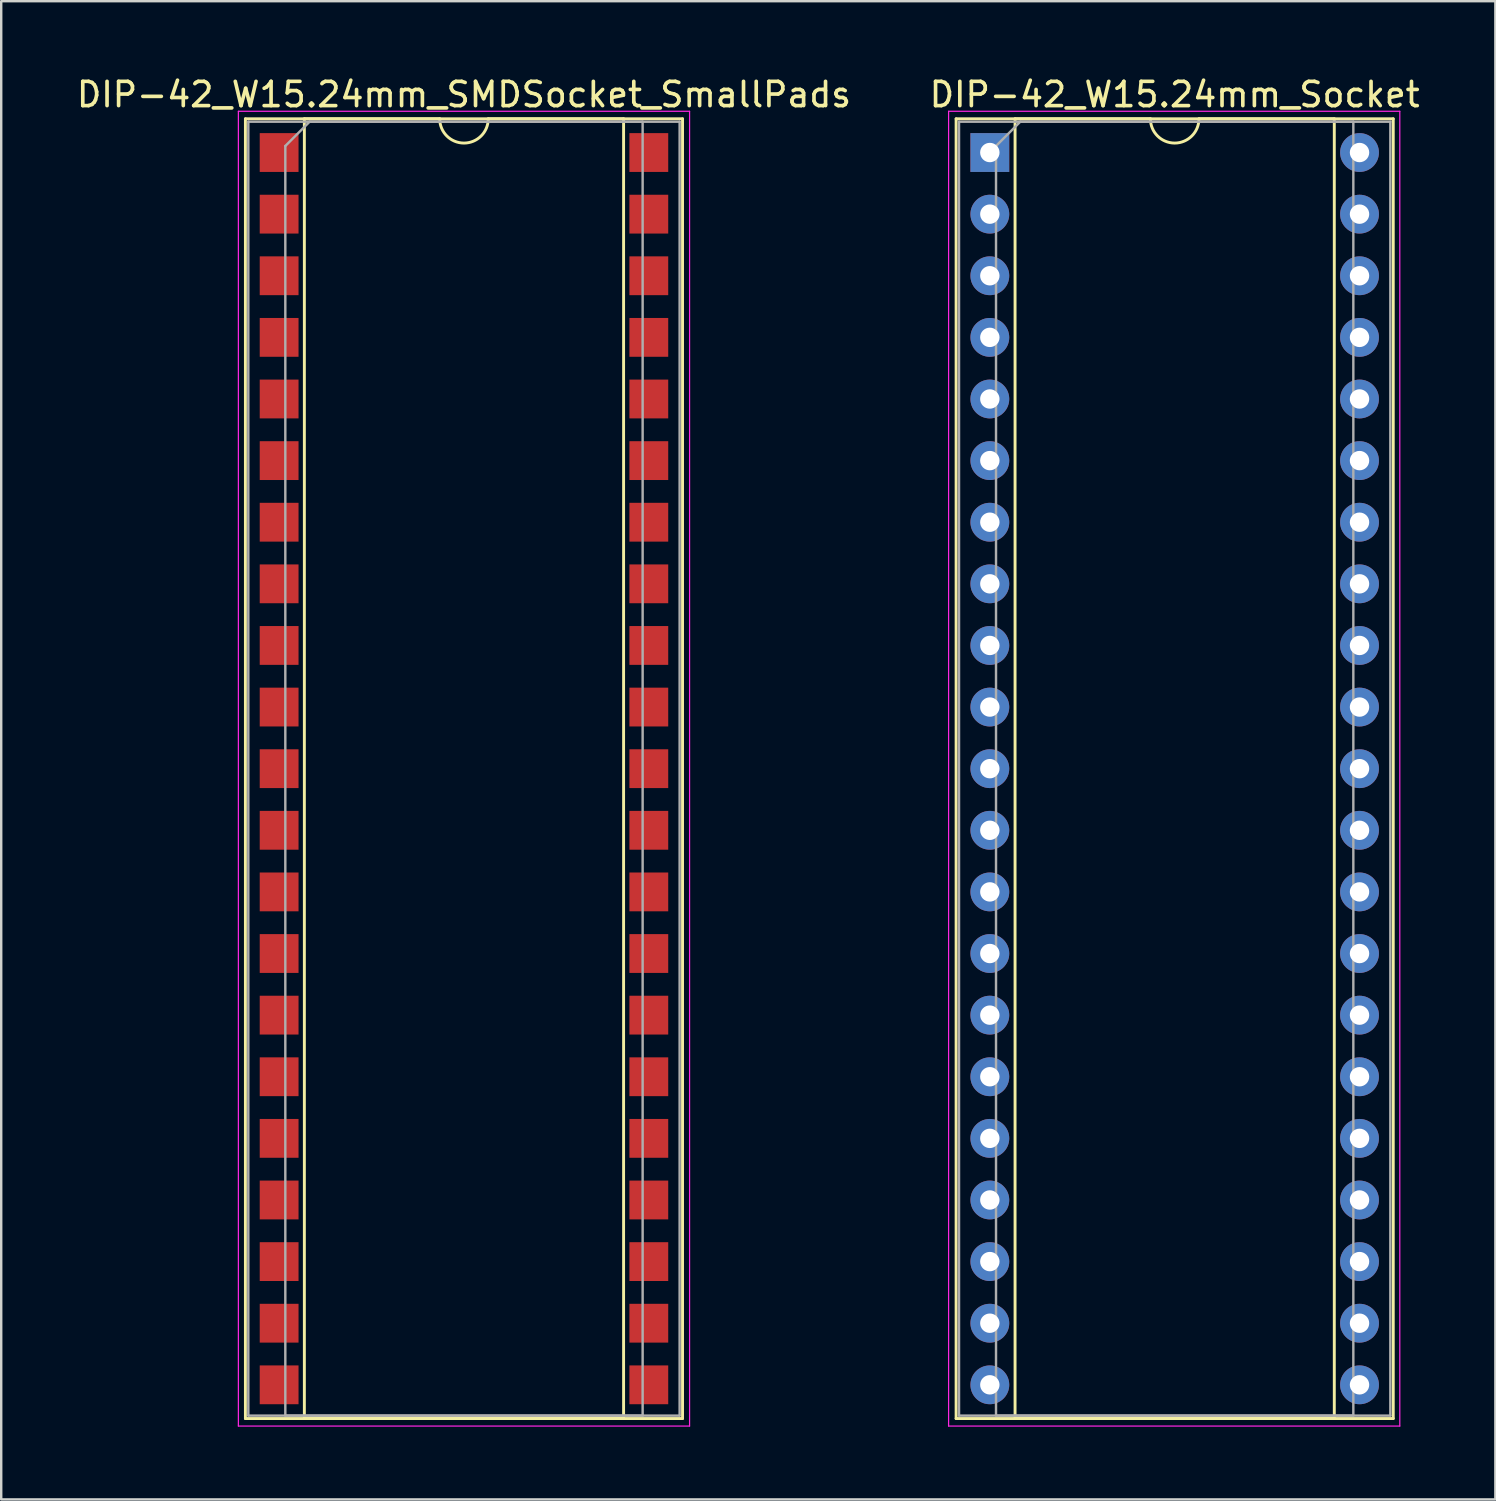
<source format=kicad_pcb>
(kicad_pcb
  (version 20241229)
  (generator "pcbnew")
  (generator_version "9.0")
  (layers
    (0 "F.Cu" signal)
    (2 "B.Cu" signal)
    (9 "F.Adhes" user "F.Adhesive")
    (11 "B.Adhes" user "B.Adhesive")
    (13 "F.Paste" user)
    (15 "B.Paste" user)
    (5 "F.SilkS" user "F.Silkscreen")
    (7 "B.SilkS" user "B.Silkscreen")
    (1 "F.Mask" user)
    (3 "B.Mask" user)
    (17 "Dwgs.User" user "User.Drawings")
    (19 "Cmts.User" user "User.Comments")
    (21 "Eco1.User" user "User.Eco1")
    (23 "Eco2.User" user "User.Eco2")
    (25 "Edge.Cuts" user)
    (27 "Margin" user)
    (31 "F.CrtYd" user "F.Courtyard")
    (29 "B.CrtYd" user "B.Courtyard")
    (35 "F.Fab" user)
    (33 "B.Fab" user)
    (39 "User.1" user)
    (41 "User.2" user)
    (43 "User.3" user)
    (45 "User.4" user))
  (footprint "DIP-42_W15.24mm_SMDSocket_SmallPads"
    (layer "F.Cu")
    (at 16.077 28.638)
    (property "Reference" "DIP-42_W15.24mm_SMDSocket_SmallPads" (at 0 -27.79 0) (layer "F.SilkS") (effects (font (size 1 1) (thickness 0.15))))
    (attr smd)
    (fp_line (start -9.01 -26.79) (end -9.01 26.79) (stroke (width 0.12) (type solid)) (layer "F.SilkS"))
    (fp_line (start -9.01 26.79) (end 9.01 26.79) (stroke (width 0.12) (type solid)) (layer "F.SilkS"))
    (fp_line (start -6.58 -26.79) (end -6.58 26.79) (stroke (width 0.12) (type solid)) (layer "F.SilkS"))
    (fp_line (start -6.58 26.79) (end 6.58 26.79) (stroke (width 0.12) (type solid)) (layer "F.SilkS"))
    (fp_line (start -1 -26.79) (end -6.58 -26.79) (stroke (width 0.12) (type solid)) (layer "F.SilkS"))
    (fp_line (start 6.58 -26.79) (end 1 -26.79) (stroke (width 0.12) (type solid)) (layer "F.SilkS"))
    (fp_line (start 6.58 26.79) (end 6.58 -26.79) (stroke (width 0.12) (type solid)) (layer "F.SilkS"))
    (fp_line (start 9.01 -26.79) (end -9.01 -26.79) (stroke (width 0.12) (type solid)) (layer "F.SilkS"))
    (fp_line (start 9.01 26.79) (end 9.01 -26.79) (stroke (width 0.12) (type solid)) (layer "F.SilkS"))
    (fp_arc (start 1 -26.79) (mid 0 -25.79) (end -1 -26.79) (stroke (width 0.12) (type solid)) (layer "F.SilkS"))
    (fp_line (start -9.3 -27.1) (end -9.3 27.1) (stroke (width 0.05) (type solid)) (layer "F.CrtYd"))
    (fp_line (start -9.3 27.1) (end 9.3 27.1) (stroke (width 0.05) (type solid)) (layer "F.CrtYd"))
    (fp_line (start 9.3 -27.1) (end -9.3 -27.1) (stroke (width 0.05) (type solid)) (layer "F.CrtYd"))
    (fp_line (start 9.3 27.1) (end 9.3 -27.1) (stroke (width 0.05) (type solid)) (layer "F.CrtYd"))
    (fp_line (start -8.89 -26.67) (end -8.89 26.67) (stroke (width 0.1) (type solid)) (layer "F.Fab"))
    (fp_line (start -8.89 26.67) (end 8.89 26.67) (stroke (width 0.1) (type solid)) (layer "F.Fab"))
    (fp_line (start -7.365 -25.67) (end -6.365 -26.67) (stroke (width 0.1) (type solid)) (layer "F.Fab"))
    (fp_line (start -7.365 26.67) (end -7.365 -25.67) (stroke (width 0.1) (type solid)) (layer "F.Fab"))
    (fp_line (start -6.365 -26.67) (end 7.365 -26.67) (stroke (width 0.1) (type solid)) (layer "F.Fab"))
    (fp_line (start 7.365 -26.67) (end 7.365 26.67) (stroke (width 0.1) (type solid)) (layer "F.Fab"))
    (fp_line (start 7.365 26.67) (end -7.365 26.67) (stroke (width 0.1) (type solid)) (layer "F.Fab"))
    (fp_line (start 8.89 -26.67) (end -8.89 -26.67) (stroke (width 0.1) (type solid)) (layer "F.Fab"))
    (fp_line (start 8.89 26.67) (end 8.89 -26.67) (stroke (width 0.1) (type solid)) (layer "F.Fab"))
    (pad "1" smd rect (at -7.62 -25.4) (size 1.6 1.6) (layers "F.Cu" "F.Mask"))
    (pad "2" smd rect (at -7.62 -22.86) (size 1.6 1.6) (layers "F.Cu" "F.Mask"))
    (pad "3" smd rect (at -7.62 -20.32) (size 1.6 1.6) (layers "F.Cu" "F.Mask"))
    (pad "4" smd rect (at -7.62 -17.78) (size 1.6 1.6) (layers "F.Cu" "F.Mask"))
    (pad "5" smd rect (at -7.62 -15.24) (size 1.6 1.6) (layers "F.Cu" "F.Mask"))
    (pad "6" smd rect (at -7.62 -12.7) (size 1.6 1.6) (layers "F.Cu" "F.Mask"))
    (pad "7" smd rect (at -7.62 -10.16) (size 1.6 1.6) (layers "F.Cu" "F.Mask"))
    (pad "8" smd rect (at -7.62 -7.62) (size 1.6 1.6) (layers "F.Cu" "F.Mask"))
    (pad "9" smd rect (at -7.62 -5.08) (size 1.6 1.6) (layers "F.Cu" "F.Mask"))
    (pad "10" smd rect (at -7.62 -2.54) (size 1.6 1.6) (layers "F.Cu" "F.Mask"))
    (pad "11" smd rect (at -7.62 0) (size 1.6 1.6) (layers "F.Cu" "F.Mask"))
    (pad "12" smd rect (at -7.62 2.54) (size 1.6 1.6) (layers "F.Cu" "F.Mask"))
    (pad "13" smd rect (at -7.62 5.08) (size 1.6 1.6) (layers "F.Cu" "F.Mask"))
    (pad "14" smd rect (at -7.62 7.62) (size 1.6 1.6) (layers "F.Cu" "F.Mask"))
    (pad "15" smd rect (at -7.62 10.16) (size 1.6 1.6) (layers "F.Cu" "F.Mask"))
    (pad "16" smd rect (at -7.62 12.7) (size 1.6 1.6) (layers "F.Cu" "F.Mask"))
    (pad "17" smd rect (at -7.62 15.24) (size 1.6 1.6) (layers "F.Cu" "F.Mask"))
    (pad "18" smd rect (at -7.62 17.78) (size 1.6 1.6) (layers "F.Cu" "F.Mask"))
    (pad "19" smd rect (at -7.62 20.32) (size 1.6 1.6) (layers "F.Cu" "F.Mask"))
    (pad "20" smd rect (at -7.62 22.86) (size 1.6 1.6) (layers "F.Cu" "F.Mask"))
    (pad "21" smd rect (at -7.62 25.4) (size 1.6 1.6) (layers "F.Cu" "F.Mask"))
    (pad "22" smd rect (at 7.62 25.4) (size 1.6 1.6) (layers "F.Cu" "F.Mask"))
    (pad "23" smd rect (at 7.62 22.86) (size 1.6 1.6) (layers "F.Cu" "F.Mask"))
    (pad "24" smd rect (at 7.62 20.32) (size 1.6 1.6) (layers "F.Cu" "F.Mask"))
    (pad "25" smd rect (at 7.62 17.78) (size 1.6 1.6) (layers "F.Cu" "F.Mask"))
    (pad "26" smd rect (at 7.62 15.24) (size 1.6 1.6) (layers "F.Cu" "F.Mask"))
    (pad "27" smd rect (at 7.62 12.7) (size 1.6 1.6) (layers "F.Cu" "F.Mask"))
    (pad "28" smd rect (at 7.62 10.16) (size 1.6 1.6) (layers "F.Cu" "F.Mask"))
    (pad "29" smd rect (at 7.62 7.62) (size 1.6 1.6) (layers "F.Cu" "F.Mask"))
    (pad "30" smd rect (at 7.62 5.08) (size 1.6 1.6) (layers "F.Cu" "F.Mask"))
    (pad "31" smd rect (at 7.62 2.54) (size 1.6 1.6) (layers "F.Cu" "F.Mask"))
    (pad "32" smd rect (at 7.62 0) (size 1.6 1.6) (layers "F.Cu" "F.Mask"))
    (pad "33" smd rect (at 7.62 -2.54) (size 1.6 1.6) (layers "F.Cu" "F.Mask"))
    (pad "34" smd rect (at 7.62 -5.08) (size 1.6 1.6) (layers "F.Cu" "F.Mask"))
    (pad "35" smd rect (at 7.62 -7.62) (size 1.6 1.6) (layers "F.Cu" "F.Mask"))
    (pad "36" smd rect (at 7.62 -10.16) (size 1.6 1.6) (layers "F.Cu" "F.Mask"))
    (pad "37" smd rect (at 7.62 -12.7) (size 1.6 1.6) (layers "F.Cu" "F.Mask"))
    (pad "38" smd rect (at 7.62 -15.24) (size 1.6 1.6) (layers "F.Cu" "F.Mask"))
    (pad "39" smd rect (at 7.62 -17.78) (size 1.6 1.6) (layers "F.Cu" "F.Mask"))
    (pad "40" smd rect (at 7.62 -20.32) (size 1.6 1.6) (layers "F.Cu" "F.Mask"))
    (pad "41" smd rect (at 7.62 -22.86) (size 1.6 1.6) (layers "F.Cu" "F.Mask"))
    (pad "42" smd rect (at 7.62 -25.4) (size 1.6 1.6) (layers "F.Cu" "F.Mask")))
  (footprint "DIP-42_W15.24mm_Socket"
    (layer "F.Cu")
    (at 37.755 3.238)
    (property "Reference" "DIP-42_W15.24mm_Socket" (at 7.62 -2.39 0) (layer "F.SilkS") (effects (font (size 1 1) (thickness 0.15))))
    (attr through_hole)
    (fp_line (start -1.39 -1.39) (end -1.39 52.19) (stroke (width 0.12) (type solid)) (layer "F.SilkS"))
    (fp_line (start -1.39 52.19) (end 16.63 52.19) (stroke (width 0.12) (type solid)) (layer "F.SilkS"))
    (fp_line (start 1.04 -1.39) (end 1.04 52.19) (stroke (width 0.12) (type solid)) (layer "F.SilkS"))
    (fp_line (start 1.04 52.19) (end 14.2 52.19) (stroke (width 0.12) (type solid)) (layer "F.SilkS"))
    (fp_line (start 6.62 -1.39) (end 1.04 -1.39) (stroke (width 0.12) (type solid)) (layer "F.SilkS"))
    (fp_line (start 14.2 -1.39) (end 8.62 -1.39) (stroke (width 0.12) (type solid)) (layer "F.SilkS"))
    (fp_line (start 14.2 52.19) (end 14.2 -1.39) (stroke (width 0.12) (type solid)) (layer "F.SilkS"))
    (fp_line (start 16.63 -1.39) (end -1.39 -1.39) (stroke (width 0.12) (type solid)) (layer "F.SilkS"))
    (fp_line (start 16.63 52.19) (end 16.63 -1.39) (stroke (width 0.12) (type solid)) (layer "F.SilkS"))
    (fp_arc (start 8.62 -1.39) (mid 7.62 -0.39) (end 6.62 -1.39) (stroke (width 0.12) (type solid)) (layer "F.SilkS"))
    (fp_line (start -1.7 -1.7) (end -1.7 52.5) (stroke (width 0.05) (type solid)) (layer "F.CrtYd"))
    (fp_line (start -1.7 52.5) (end 16.9 52.5) (stroke (width 0.05) (type solid)) (layer "F.CrtYd"))
    (fp_line (start 16.9 -1.7) (end -1.7 -1.7) (stroke (width 0.05) (type solid)) (layer "F.CrtYd"))
    (fp_line (start 16.9 52.5) (end 16.9 -1.7) (stroke (width 0.05) (type solid)) (layer "F.CrtYd"))
    (fp_line (start -1.27 -1.27) (end -1.27 52.07) (stroke (width 0.1) (type solid)) (layer "F.Fab"))
    (fp_line (start -1.27 52.07) (end 16.51 52.07) (stroke (width 0.1) (type solid)) (layer "F.Fab"))
    (fp_line (start 0.255 -0.27) (end 1.255 -1.27) (stroke (width 0.1) (type solid)) (layer "F.Fab"))
    (fp_line (start 0.255 52.07) (end 0.255 -0.27) (stroke (width 0.1) (type solid)) (layer "F.Fab"))
    (fp_line (start 1.255 -1.27) (end 14.985 -1.27) (stroke (width 0.1) (type solid)) (layer "F.Fab"))
    (fp_line (start 14.985 -1.27) (end 14.985 52.07) (stroke (width 0.1) (type solid)) (layer "F.Fab"))
    (fp_line (start 14.985 52.07) (end 0.255 52.07) (stroke (width 0.1) (type solid)) (layer "F.Fab"))
    (fp_line (start 16.51 -1.27) (end -1.27 -1.27) (stroke (width 0.1) (type solid)) (layer "F.Fab"))
    (fp_line (start 16.51 52.07) (end 16.51 -1.27) (stroke (width 0.1) (type solid)) (layer "F.Fab"))
    (pad "1" thru_hole rect (at 0 0) (size 1.6 1.6) (drill 0.8) (layers "*.Cu" "*.Mask"))
    (pad "2" thru_hole oval (at 0 2.54) (size 1.6 1.6) (drill 0.8) (layers "*.Cu" "*.Mask"))
    (pad "3" thru_hole oval (at 0 5.08) (size 1.6 1.6) (drill 0.8) (layers "*.Cu" "*.Mask"))
    (pad "4" thru_hole oval (at 0 7.62) (size 1.6 1.6) (drill 0.8) (layers "*.Cu" "*.Mask"))
    (pad "5" thru_hole oval (at 0 10.16) (size 1.6 1.6) (drill 0.8) (layers "*.Cu" "*.Mask"))
    (pad "6" thru_hole oval (at 0 12.7) (size 1.6 1.6) (drill 0.8) (layers "*.Cu" "*.Mask"))
    (pad "7" thru_hole oval (at 0 15.24) (size 1.6 1.6) (drill 0.8) (layers "*.Cu" "*.Mask"))
    (pad "8" thru_hole oval (at 0 17.78) (size 1.6 1.6) (drill 0.8) (layers "*.Cu" "*.Mask"))
    (pad "9" thru_hole oval (at 0 20.32) (size 1.6 1.6) (drill 0.8) (layers "*.Cu" "*.Mask"))
    (pad "10" thru_hole oval (at 0 22.86) (size 1.6 1.6) (drill 0.8) (layers "*.Cu" "*.Mask"))
    (pad "11" thru_hole oval (at 0 25.4) (size 1.6 1.6) (drill 0.8) (layers "*.Cu" "*.Mask"))
    (pad "12" thru_hole oval (at 0 27.94) (size 1.6 1.6) (drill 0.8) (layers "*.Cu" "*.Mask"))
    (pad "13" thru_hole oval (at 0 30.48) (size 1.6 1.6) (drill 0.8) (layers "*.Cu" "*.Mask"))
    (pad "14" thru_hole oval (at 0 33.02) (size 1.6 1.6) (drill 0.8) (layers "*.Cu" "*.Mask"))
    (pad "15" thru_hole oval (at 0 35.56) (size 1.6 1.6) (drill 0.8) (layers "*.Cu" "*.Mask"))
    (pad "16" thru_hole oval (at 0 38.1) (size 1.6 1.6) (drill 0.8) (layers "*.Cu" "*.Mask"))
    (pad "17" thru_hole oval (at 0 40.64) (size 1.6 1.6) (drill 0.8) (layers "*.Cu" "*.Mask"))
    (pad "18" thru_hole oval (at 0 43.18) (size 1.6 1.6) (drill 0.8) (layers "*.Cu" "*.Mask"))
    (pad "19" thru_hole oval (at 0 45.72) (size 1.6 1.6) (drill 0.8) (layers "*.Cu" "*.Mask"))
    (pad "20" thru_hole oval (at 0 48.26) (size 1.6 1.6) (drill 0.8) (layers "*.Cu" "*.Mask"))
    (pad "21" thru_hole oval (at 0 50.8) (size 1.6 1.6) (drill 0.8) (layers "*.Cu" "*.Mask"))
    (pad "22" thru_hole oval (at 15.24 50.8) (size 1.6 1.6) (drill 0.8) (layers "*.Cu" "*.Mask"))
    (pad "23" thru_hole oval (at 15.24 48.26) (size 1.6 1.6) (drill 0.8) (layers "*.Cu" "*.Mask"))
    (pad "24" thru_hole oval (at 15.24 45.72) (size 1.6 1.6) (drill 0.8) (layers "*.Cu" "*.Mask"))
    (pad "25" thru_hole oval (at 15.24 43.18) (size 1.6 1.6) (drill 0.8) (layers "*.Cu" "*.Mask"))
    (pad "26" thru_hole oval (at 15.24 40.64) (size 1.6 1.6) (drill 0.8) (layers "*.Cu" "*.Mask"))
    (pad "27" thru_hole oval (at 15.24 38.1) (size 1.6 1.6) (drill 0.8) (layers "*.Cu" "*.Mask"))
    (pad "28" thru_hole oval (at 15.24 35.56) (size 1.6 1.6) (drill 0.8) (layers "*.Cu" "*.Mask"))
    (pad "29" thru_hole oval (at 15.24 33.02) (size 1.6 1.6) (drill 0.8) (layers "*.Cu" "*.Mask"))
    (pad "30" thru_hole oval (at 15.24 30.48) (size 1.6 1.6) (drill 0.8) (layers "*.Cu" "*.Mask"))
    (pad "31" thru_hole oval (at 15.24 27.94) (size 1.6 1.6) (drill 0.8) (layers "*.Cu" "*.Mask"))
    (pad "32" thru_hole oval (at 15.24 25.4) (size 1.6 1.6) (drill 0.8) (layers "*.Cu" "*.Mask"))
    (pad "33" thru_hole oval (at 15.24 22.86) (size 1.6 1.6) (drill 0.8) (layers "*.Cu" "*.Mask"))
    (pad "34" thru_hole oval (at 15.24 20.32) (size 1.6 1.6) (drill 0.8) (layers "*.Cu" "*.Mask"))
    (pad "35" thru_hole oval (at 15.24 17.78) (size 1.6 1.6) (drill 0.8) (layers "*.Cu" "*.Mask"))
    (pad "36" thru_hole oval (at 15.24 15.24) (size 1.6 1.6) (drill 0.8) (layers "*.Cu" "*.Mask"))
    (pad "37" thru_hole oval (at 15.24 12.7) (size 1.6 1.6) (drill 0.8) (layers "*.Cu" "*.Mask"))
    (pad "38" thru_hole oval (at 15.24 10.16) (size 1.6 1.6) (drill 0.8) (layers "*.Cu" "*.Mask"))
    (pad "39" thru_hole oval (at 15.24 7.62) (size 1.6 1.6) (drill 0.8) (layers "*.Cu" "*.Mask"))
    (pad "40" thru_hole oval (at 15.24 5.08) (size 1.6 1.6) (drill 0.8) (layers "*.Cu" "*.Mask"))
    (pad "41" thru_hole oval (at 15.24 2.54) (size 1.6 1.6) (drill 0.8) (layers "*.Cu" "*.Mask"))
    (pad "42" thru_hole oval (at 15.24 0) (size 1.6 1.6) (drill 0.8) (layers "*.Cu" "*.Mask")))
  (gr_rect
    (start -3 -3)
    (end 58.595 58.763)
    (stroke (width 0.1) (type default))
    (fill no)
    (layer "Edge.Cuts")))
</source>
